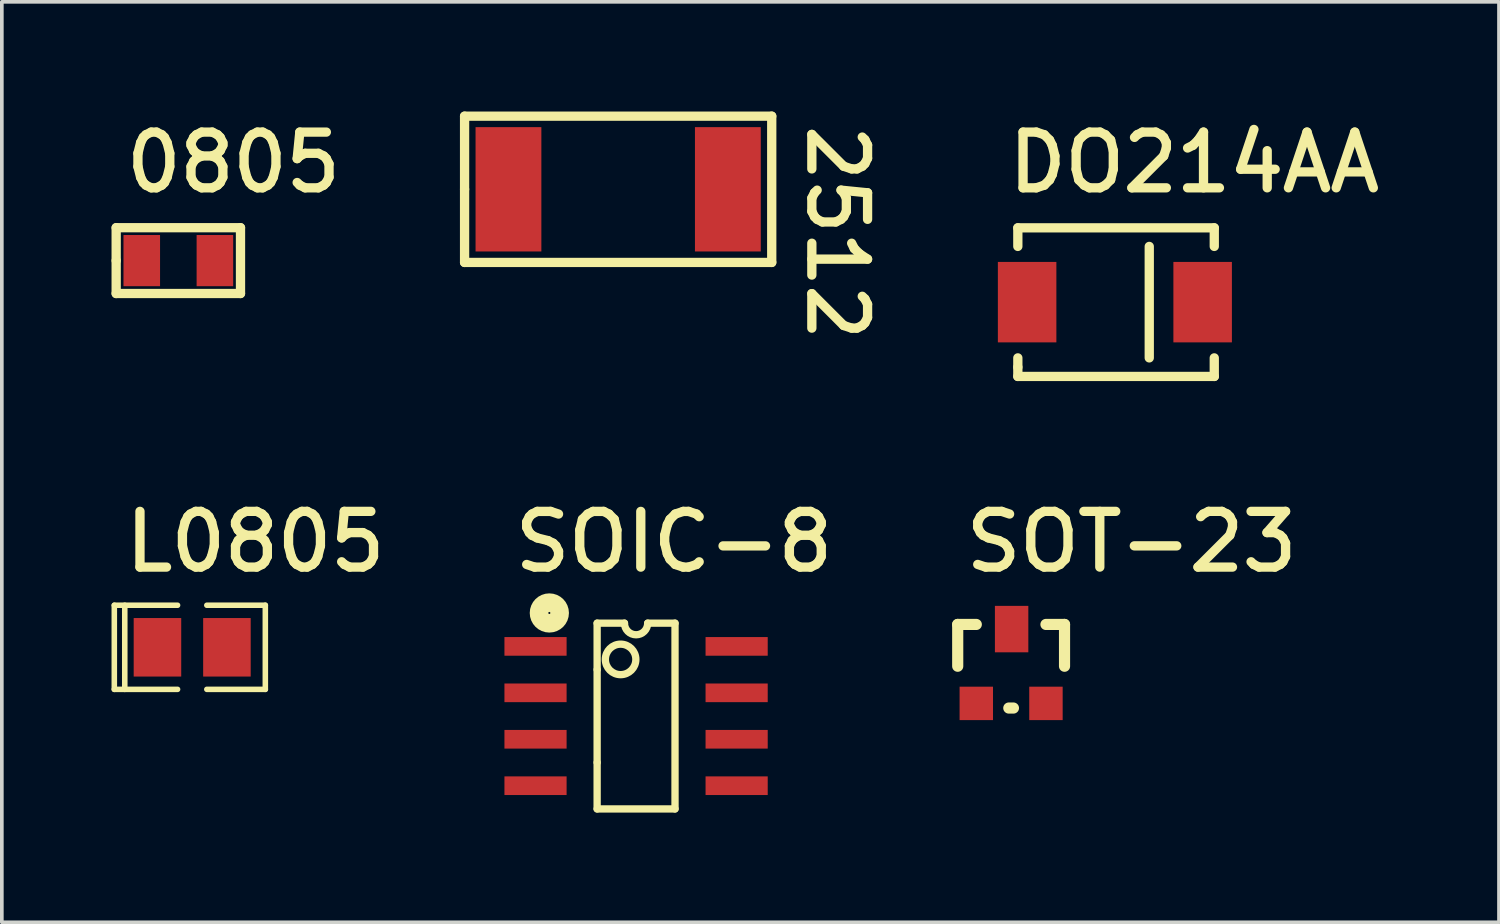
<source format=kicad_pcb>
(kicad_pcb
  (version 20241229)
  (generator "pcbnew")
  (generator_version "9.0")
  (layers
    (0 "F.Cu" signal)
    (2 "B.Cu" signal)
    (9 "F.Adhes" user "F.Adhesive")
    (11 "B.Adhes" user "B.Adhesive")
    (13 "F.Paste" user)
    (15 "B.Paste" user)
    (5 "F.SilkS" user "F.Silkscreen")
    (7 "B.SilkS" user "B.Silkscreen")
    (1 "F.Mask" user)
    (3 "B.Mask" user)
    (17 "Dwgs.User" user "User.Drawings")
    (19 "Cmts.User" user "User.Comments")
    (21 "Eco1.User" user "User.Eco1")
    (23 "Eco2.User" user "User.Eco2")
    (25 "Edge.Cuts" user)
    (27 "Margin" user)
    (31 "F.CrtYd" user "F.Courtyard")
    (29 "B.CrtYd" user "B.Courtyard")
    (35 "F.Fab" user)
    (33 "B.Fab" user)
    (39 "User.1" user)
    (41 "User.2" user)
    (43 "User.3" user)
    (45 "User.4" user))
  (footprint "0805"
    (layer "F.Cu")
    (at 1.827 4.077)
    (property "Reference" "0805" (at -1.562 -1.791 0) (unlocked yes) (layer "F.SilkS") (effects (font (size 1.524 1.524) (thickness 0.254)) (justify left bottom)))
    (fp_line (start -1.7 -0.9) (end 1.7 -0.9) (stroke (width 0.254) (type solid)) (layer "F.SilkS"))
    (fp_line (start -1.7 0) (end -1.7 -0.9) (stroke (width 0.254) (type solid)) (layer "F.SilkS"))
    (fp_line (start -1.7 0.9) (end -1.7 0) (stroke (width 0.254) (type solid)) (layer "F.SilkS"))
    (fp_line (start -1.7 0.9) (end 1.7 0.9) (stroke (width 0.254) (type solid)) (layer "F.SilkS"))
    (fp_line (start 1.7 0.9) (end 1.7 -0.9) (stroke (width 0.254) (type solid)) (layer "F.SilkS"))
    (pad "1" smd rect (at -1 0) (size 1 1.4) (layers "F.Cu" "F.Mask" "F.Paste"))
    (pad "2" smd rect (at 1 0) (size 1 1.4) (layers "F.Cu" "F.Mask" "F.Paste")))
  (footprint "SOT-23"
    (layer "F.Cu")
    (at 23.65 16.176)
    (property "Reference" "SOT-23" (at -0.419 -3.518 0) (unlocked yes) (layer "F.SilkS") (effects (font (size 1.524 1.524) (thickness 0.254)) (justify left bottom)))
    (fp_line (start -0.509 -2.149) (end -0.001 -2.149) (stroke (width 0.305) (type solid)) (layer "F.SilkS"))
    (fp_line (start -0.509 -1.006) (end -0.509 -2.149) (stroke (width 0.305) (type solid)) (layer "F.SilkS"))
    (fp_line (start 0.888 0.137) (end 1.015 0.137) (stroke (width 0.305) (type solid)) (layer "F.SilkS"))
    (fp_line (start 1.904 -2.149) (end 2.412 -2.149) (stroke (width 0.305) (type solid)) (layer "F.SilkS"))
    (fp_line (start 2.412 -1.006) (end 2.412 -2.149) (stroke (width 0.305) (type solid)) (layer "F.SilkS"))
    (pad "1" smd rect (at -0.001 0.01) (size 0.914 0.914) (layers "F.Cu" "F.Mask" "F.Paste"))
    (pad "2" smd rect (at 1.904 0.01) (size 0.914 0.914) (layers "F.Cu" "F.Mask" "F.Paste"))
    (pad "3" smd rect (at 0.965 -2.022) (size 0.914 1.27) (layers "F.Cu" "F.Mask" "F.Paste")))
  (footprint "SOIC-8"
    (layer "F.Cu")
    (at 11.595 14.627)
    (property "Reference" "SOIC-8" (at -0.699 -1.968 0) (unlocked yes) (layer "F.SilkS") (effects (font (size 1.524 1.524) (thickness 0.254)) (justify left bottom)))
    (fp_line (start 1.685 -0.635) (end 2.433 -0.635) (stroke (width 0.2) (type solid)) (layer "F.SilkS"))
    (fp_line (start 1.685 0.635) (end 1.685 -0.635) (stroke (width 0.2) (type solid)) (layer "F.SilkS"))
    (fp_line (start 1.685 3.175) (end 1.685 0.635) (stroke (width 0.2) (type solid)) (layer "F.SilkS"))
    (fp_line (start 1.685 4.445) (end 1.685 3.175) (stroke (width 0.2) (type solid)) (layer "F.SilkS"))
    (fp_line (start 1.685 4.445) (end 3.815 4.445) (stroke (width 0.2) (type solid)) (layer "F.SilkS"))
    (fp_line (start 3.067 -0.635) (end 3.815 -0.635) (stroke (width 0.2) (type solid)) (layer "F.SilkS"))
    (fp_line (start 3.815 4.445) (end 3.815 -0.635) (stroke (width 0.2) (type solid)) (layer "F.SilkS"))
    (fp_arc (start 3.0675 -0.635) (mid 2.75 -0.3175) (end 2.4325 -0.635) (stroke (width 0.2) (type solid)) (layer "F.SilkS"))
    (fp_circle (center 0.378 -0.914) (end 0.378 -0.942) (stroke (width 0.508) (type solid)) (fill no) (layer "F.SilkS"))
    (fp_circle (center 2.327 0.356) (end 2.327 -0.061) (stroke (width 0.2) (type solid)) (fill no) (layer "F.SilkS"))
    (pad "1" smd rect (at 0 0) (size 1.7 0.51) (layers "F.Cu" "F.Mask" "F.Paste"))
    (pad "2" smd rect (at 0 1.27) (size 1.7 0.51) (layers "F.Cu" "F.Mask" "F.Paste"))
    (pad "3" smd rect (at 0 2.54) (size 1.7 0.51) (layers "F.Cu" "F.Mask" "F.Paste"))
    (pad "4" smd rect (at 0 3.81) (size 1.7 0.51) (layers "F.Cu" "F.Mask" "F.Paste"))
    (pad "5" smd rect (at 5.5 3.81) (size 1.7 0.51) (layers "F.Cu" "F.Mask" "F.Paste"))
    (pad "6" smd rect (at 5.5 2.54) (size 1.7 0.51) (layers "F.Cu" "F.Mask" "F.Paste"))
    (pad "7" smd rect (at 5.5 1.27) (size 1.7 0.51) (layers "F.Cu" "F.Mask" "F.Paste"))
    (pad "8" smd rect (at 5.5 0) (size 1.7 0.51) (layers "F.Cu" "F.Mask" "F.Paste")))
  (footprint "DO214AA"
    (layer "F.Cu")
    (at 25.046 5.22)
    (property "Reference" "DO214AA" (at -0.648 -2.934 0) (unlocked yes) (layer "F.SilkS") (effects (font (size 1.524 1.524) (thickness 0.254)) (justify left bottom)))
    (fp_line (start -0.261 -2.039) (end 5.111 -2.039) (stroke (width 0.254) (type solid)) (layer "F.SilkS"))
    (fp_line (start -0.261 -1.531) (end -0.261 -2.039) (stroke (width 0.254) (type solid)) (layer "F.SilkS"))
    (fp_line (start -0.261 1.771) (end -0.261 1.517) (stroke (width 0.254) (type solid)) (layer "F.SilkS"))
    (fp_line (start -0.261 2.025) (end -0.261 1.771) (stroke (width 0.254) (type solid)) (layer "F.SilkS"))
    (fp_line (start -0.261 2.025) (end 5.111 2.025) (stroke (width 0.254) (type solid)) (layer "F.SilkS"))
    (fp_line (start 3.333 1.517) (end 3.333 -1.531) (stroke (width 0.254) (type solid)) (layer "F.SilkS"))
    (fp_line (start 5.111 -1.531) (end 5.111 -2.039) (stroke (width 0.254) (type solid)) (layer "F.SilkS"))
    (fp_line (start 5.111 2.025) (end 5.111 1.517) (stroke (width 0.254) (type solid)) (layer "F.SilkS"))
    (pad "1" smd rect (at -0.007 -0.007 180) (size 1.6 2.2) (layers "F.Cu" "F.Mask" "F.Paste"))
    (pad "2" smd rect (at 4.793 -0.007 180) (size 1.6 2.2) (layers "F.Cu" "F.Mask" "F.Paste")))
  (footprint "2512"
    (layer "F.Cu")
    (at 13.758 1.803)
    (property "Reference" "2512" (at 5.194 -1.562 270) (unlocked yes) (layer "F.SilkS") (effects (font (size 1.524 1.524) (thickness 0.254)) (justify left bottom)))
    (fp_line (start -4.103 -1.676) (end -4.103 0.324) (stroke (width 0.254) (type solid)) (layer "F.SilkS"))
    (fp_line (start -4.103 -1.676) (end 4.297 -1.676) (stroke (width 0.254) (type solid)) (layer "F.SilkS"))
    (fp_line (start -4.103 0.324) (end -4.103 2.324) (stroke (width 0.254) (type solid)) (layer "F.SilkS"))
    (fp_line (start -4.103 2.324) (end 4.297 2.324) (stroke (width 0.254) (type solid)) (layer "F.SilkS"))
    (fp_line (start 4.297 -1.676) (end 4.297 2.324) (stroke (width 0.254) (type solid)) (layer "F.SilkS"))
    (pad "1" smd rect (at -2.903 0.324) (size 1.8 3.4) (layers "F.Cu" "F.Mask" "F.Paste"))
    (pad "2" smd rect (at 3.097 0.324) (size 1.8 3.4) (layers "F.Cu" "F.Mask" "F.Paste")))
  (footprint "L0805"
    (layer "F.Cu")
    (at 3.156 14.652)
    (property "Reference" "L0805" (at -2.908 -1.994 0) (unlocked yes) (layer "F.SilkS") (effects (font (size 1.524 1.524) (thickness 0.254)) (justify left bottom)))
    (fp_line (start -3.08 -1.15) (end -1.35 -1.15) (stroke (width 0.152) (type solid)) (layer "F.SilkS"))
    (fp_line (start -3.08 1.15) (end -3.08 -1.15) (stroke (width 0.152) (type solid)) (layer "F.SilkS"))
    (fp_line (start -3.08 1.15) (end -1.35 1.15) (stroke (width 0.152) (type solid)) (layer "F.SilkS"))
    (fp_line (start -2.794 1.15) (end -2.794 -1.15) (stroke (width 0.152) (type solid)) (layer "F.SilkS"))
    (fp_line (start -0.55 -1.15) (end 1.05 -1.15) (stroke (width 0.152) (type solid)) (layer "F.SilkS"))
    (fp_line (start -0.55 1.15) (end 1.05 1.15) (stroke (width 0.152) (type solid)) (layer "F.SilkS"))
    (fp_line (start 1.05 1.15) (end 1.05 -1.15) (stroke (width 0.152) (type solid)) (layer "F.SilkS"))
    (pad "1" smd rect (at 0 0) (size 1.3 1.6) (layers "F.Cu" "F.Mask" "F.Paste"))
    (pad "2" smd rect (at -1.9 0) (size 1.3 1.6) (layers "F.Cu" "F.Mask" "F.Paste")))
  (gr_rect
    (start -3 -3)
    (end 37.943 22.172)
    (stroke (width 0.1) (type default))
    (fill no)
    (layer "Edge.Cuts")))
</source>
